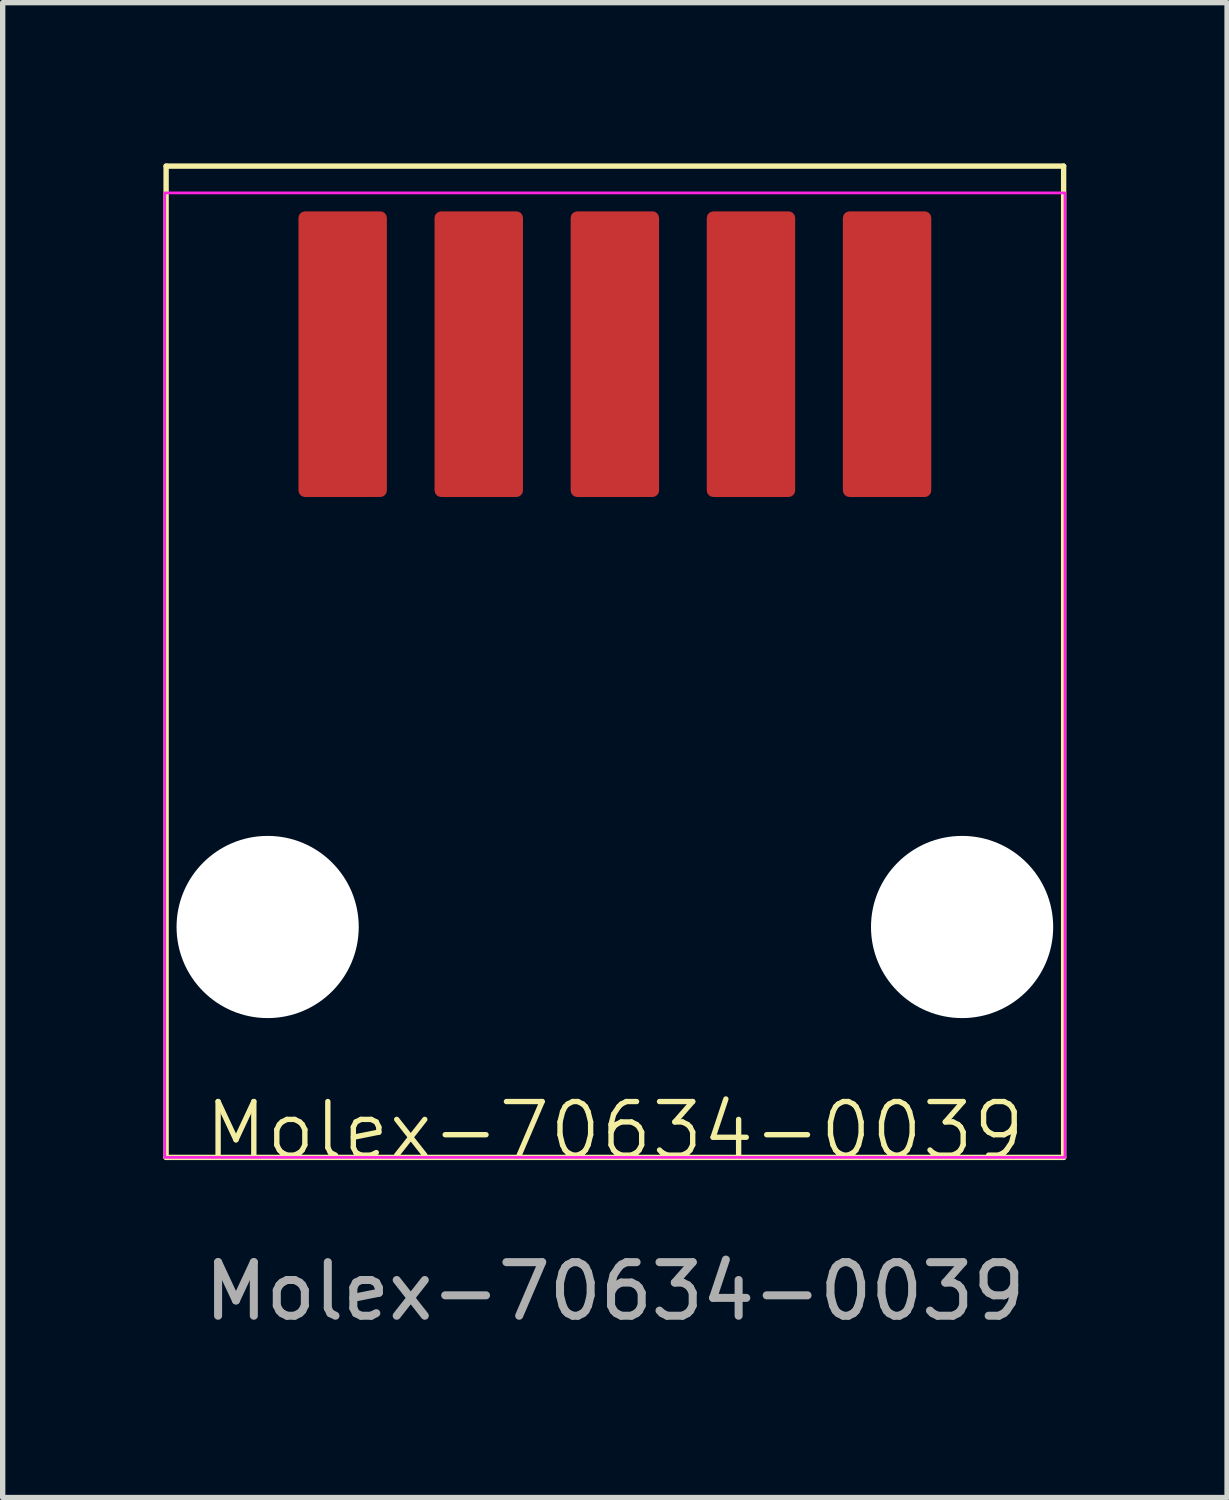
<source format=kicad_pcb>
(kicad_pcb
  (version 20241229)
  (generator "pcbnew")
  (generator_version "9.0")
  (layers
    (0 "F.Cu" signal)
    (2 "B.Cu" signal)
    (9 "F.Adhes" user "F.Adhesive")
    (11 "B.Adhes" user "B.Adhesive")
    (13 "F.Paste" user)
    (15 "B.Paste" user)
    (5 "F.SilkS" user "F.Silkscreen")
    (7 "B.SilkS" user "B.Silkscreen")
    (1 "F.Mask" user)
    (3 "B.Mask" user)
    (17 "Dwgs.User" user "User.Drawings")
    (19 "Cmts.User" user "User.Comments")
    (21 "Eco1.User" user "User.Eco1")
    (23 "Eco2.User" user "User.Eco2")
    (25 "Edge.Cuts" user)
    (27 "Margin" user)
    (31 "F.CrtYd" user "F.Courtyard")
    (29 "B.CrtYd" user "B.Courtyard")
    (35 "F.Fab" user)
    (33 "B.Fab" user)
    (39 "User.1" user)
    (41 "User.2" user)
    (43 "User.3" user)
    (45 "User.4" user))
  (footprint "Molex-70634-0039"
    (layer "F.Cu")
    (at 8.425 18.55)
    (property "Reference" "Molex-70634-0039" (at 0 -0.5 0) (unlocked yes) (layer "F.SilkS") (effects (font (size 1 1) (thickness 0.1))))
    (attr smd)
    (fp_line (start -8.375 -18.5) (end 8.375 -18.5) (stroke (width 0.1) (type default)) (layer "F.SilkS"))
    (fp_line (start -8.375 0) (end -8.375 -18.5) (stroke (width 0.1) (type default)) (layer "F.SilkS"))
    (fp_line (start -8.375 0) (end 8.375 0) (stroke (width 0.1) (type default)) (layer "F.SilkS"))
    (fp_line (start 8.375 0) (end 8.375 -18.5) (stroke (width 0.1) (type default)) (layer "F.SilkS"))
    (fp_rect (start -8.4 -18) (end 8.4 0) (stroke (width 0.05) (type default)) (fill no) (layer "F.CrtYd"))
    (fp_text user "${REFERENCE}" (at 0 2.5 0) (unlocked yes) (layer "F.Fab") (effects (font (size 1 1) (thickness 0.15))))
    (pad "" np_thru_hole circle (at -6.48 -4.3) (size 3.4 3.4) (drill 3.4) (layers "*.Cu" "*.Mask"))
    (pad "" np_thru_hole circle (at 6.48 -4.3) (size 3.4 3.4) (drill 3.4) (layers "*.Cu" "*.Mask"))
    (pad "1" smd roundrect (at 5.08 -14.99) (size 1.65 5.33) (layers "F.Cu" "F.Mask" "F.Paste") (roundrect_rratio 0.074))
    (pad "2" smd roundrect (at 2.54 -14.99) (size 1.65 5.33) (layers "F.Cu" "F.Mask" "F.Paste") (roundrect_rratio 0.074))
    (pad "3" smd roundrect (at 0 -14.99) (size 1.65 5.33) (layers "F.Cu" "F.Mask" "F.Paste") (roundrect_rratio 0.074))
    (pad "4" smd roundrect (at -2.54 -14.99) (size 1.65 5.33) (layers "F.Cu" "F.Mask" "F.Paste") (roundrect_rratio 0.074))
    (pad "5" smd roundrect (at -5.08 -14.99) (size 1.65 5.33) (layers "F.Cu" "F.Mask" "F.Paste") (roundrect_rratio 0.074)))
  (gr_rect
    (start -3 -3)
    (end 19.85 24.898)
    (stroke (width 0.1) (type default))
    (fill no)
    (layer "Edge.Cuts")))
</source>
